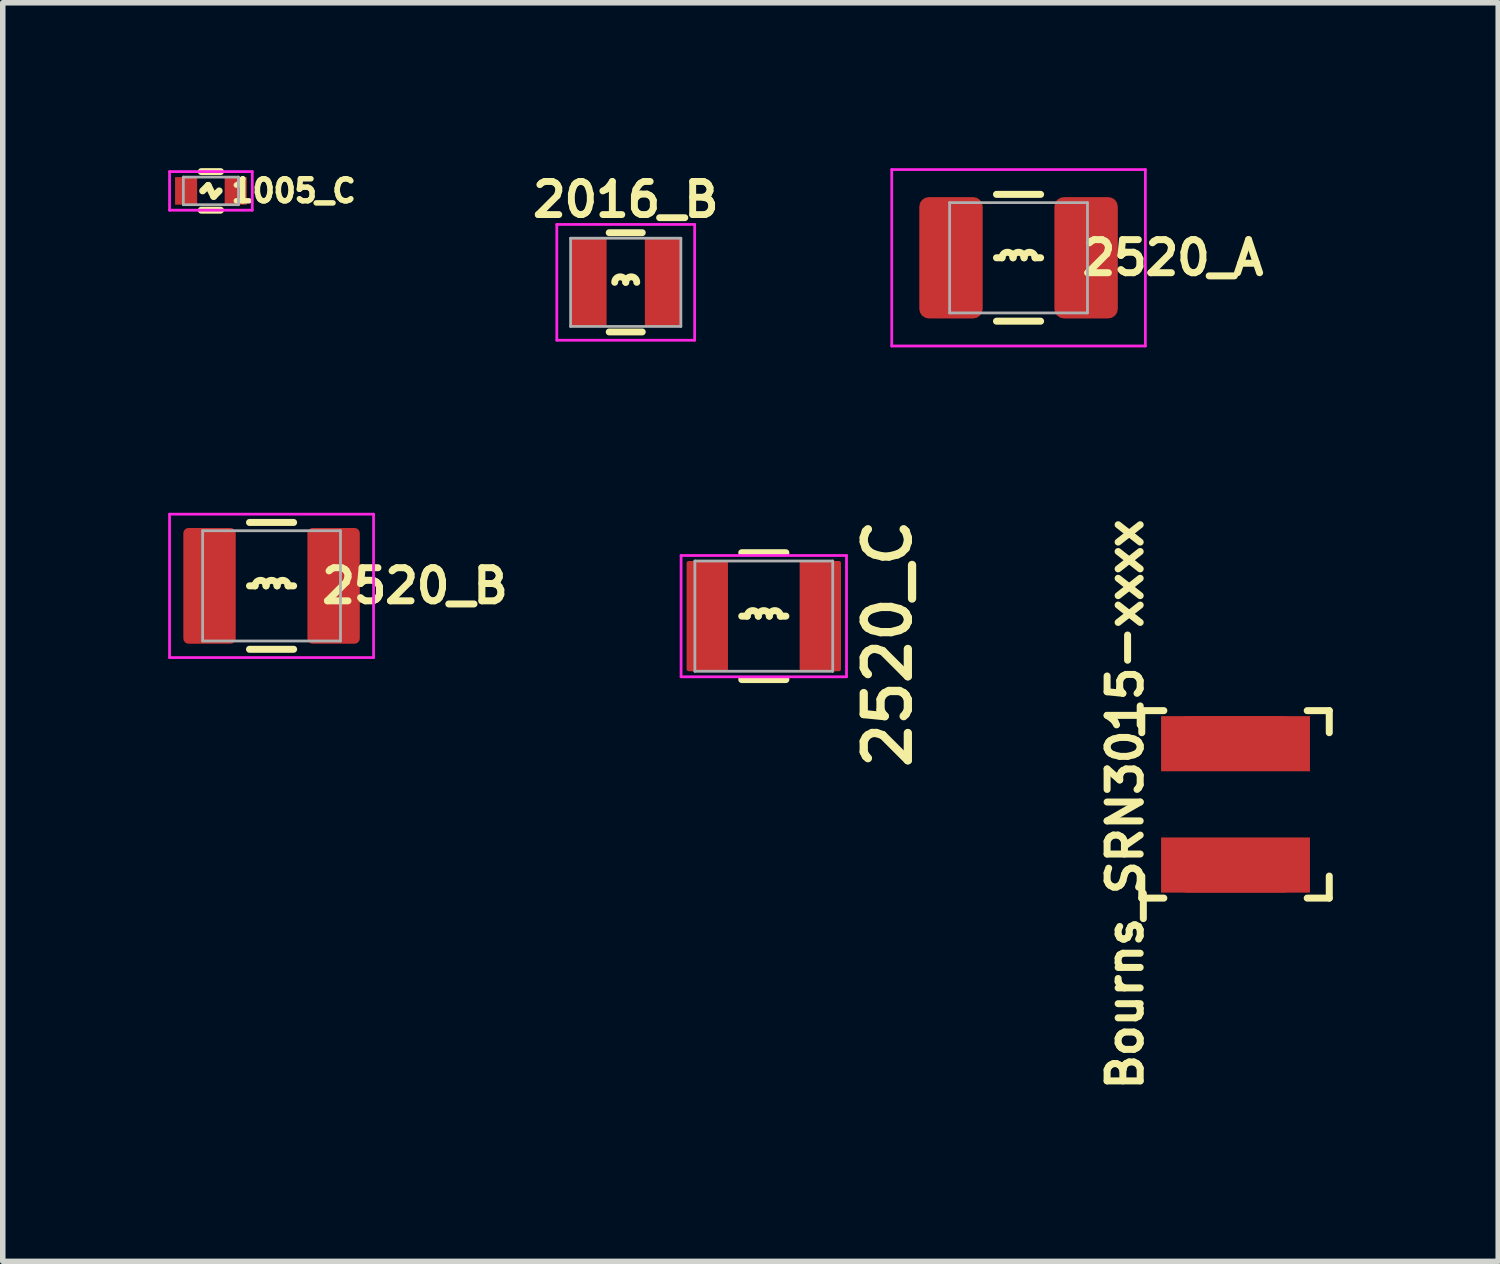
<source format=kicad_pcb>
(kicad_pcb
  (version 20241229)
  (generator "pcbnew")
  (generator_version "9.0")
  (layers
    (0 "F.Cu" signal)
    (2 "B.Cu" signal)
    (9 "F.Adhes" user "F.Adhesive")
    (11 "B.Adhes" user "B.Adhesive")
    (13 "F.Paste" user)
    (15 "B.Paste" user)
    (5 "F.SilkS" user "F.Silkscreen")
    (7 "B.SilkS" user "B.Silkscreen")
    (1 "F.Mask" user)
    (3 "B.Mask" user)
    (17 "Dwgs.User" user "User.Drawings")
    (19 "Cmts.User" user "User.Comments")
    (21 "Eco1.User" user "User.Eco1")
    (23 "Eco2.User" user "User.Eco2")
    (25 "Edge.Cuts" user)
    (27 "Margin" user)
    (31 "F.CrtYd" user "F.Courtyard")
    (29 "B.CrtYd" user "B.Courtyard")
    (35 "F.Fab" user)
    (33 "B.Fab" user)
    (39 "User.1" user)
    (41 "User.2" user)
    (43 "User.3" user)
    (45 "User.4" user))
  (footprint "2016_B"
    (layer "F.Cu")
    (at 8.298 2.07)
    (property "Reference" "2016_B" (at 0 -1.5 0) (layer "F.SilkS") (effects (font (size 0.6 0.6) (thickness 0.125))))
    (attr smd)
    (fp_line (start -0.3 -0.9) (end 0.3 -0.9) (stroke (width 0.125) (type solid)) (layer "F.SilkS"))
    (fp_line (start -0.3 0.9) (end 0.3 0.9) (stroke (width 0.125) (type solid)) (layer "F.SilkS"))
    (fp_arc (start -0.2 0) (mid -0.1 -0.1) (end 0 0) (stroke (width 0.125) (type solid)) (layer "F.SilkS"))
    (fp_arc (start 0 0) (mid 0.1 -0.1) (end 0.2 0) (stroke (width 0.125) (type solid)) (layer "F.SilkS"))
    (fp_line (start -1.25 -1.05) (end 1.25 -1.05) (stroke (width 0.05) (type solid)) (layer "F.CrtYd"))
    (fp_line (start -1.25 1.05) (end -1.25 -1.05) (stroke (width 0.05) (type solid)) (layer "F.CrtYd"))
    (fp_line (start 1.25 -1.05) (end 1.25 1.05) (stroke (width 0.05) (type solid)) (layer "F.CrtYd"))
    (fp_line (start 1.25 1.05) (end -1.25 1.05) (stroke (width 0.05) (type solid)) (layer "F.CrtYd"))
    (fp_line (start -1 -0.8) (end 1 -0.8) (stroke (width 0.05) (type solid)) (layer "F.Fab"))
    (fp_line (start -1 0.8) (end -1 -0.8) (stroke (width 0.05) (type solid)) (layer "F.Fab"))
    (fp_line (start 1 -0.8) (end 1 0.8) (stroke (width 0.05) (type solid)) (layer "F.Fab"))
    (fp_line (start 1 0.8) (end -1 0.8) (stroke (width 0.05) (type solid)) (layer "F.Fab"))
    (pad "1" smd rect (at -0.672 0) (size 0.65 1.6) (layers "F.Cu" "F.Mask" "F.Paste"))
    (pad "2" smd rect (at 0.672 0) (size 0.65 1.6) (layers "F.Cu" "F.Mask" "F.Paste")))
  (footprint "2520_C"
    (layer "F.Cu")
    (at 10.802 8.124)
    (property "Reference" "2520_C" (at 2.25 0.5 90) (layer "F.SilkS") (effects (font (size 0.8 0.8) (thickness 0.15))))
    (attr smd)
    (fp_line (start -0.4 -1.15) (end 0.4 -1.15) (stroke (width 0.127) (type solid)) (layer "F.SilkS"))
    (fp_line (start -0.4 1.15) (end 0.4 1.15) (stroke (width 0.127) (type solid)) (layer "F.SilkS"))
    (fp_line (start -0.3 0) (end -0.4 0) (stroke (width 0.127) (type solid)) (layer "F.SilkS"))
    (fp_line (start 0.3 0) (end 0.4 0) (stroke (width 0.127) (type solid)) (layer "F.SilkS"))
    (fp_arc (start -0.3 0) (mid -0.2 -0.1) (end -0.1 0) (stroke (width 0.127) (type solid)) (layer "F.SilkS"))
    (fp_arc (start -0.1 0) (mid 0 -0.1) (end 0.1 0) (stroke (width 0.127) (type solid)) (layer "F.SilkS"))
    (fp_arc (start 0.1 0) (mid 0.2 -0.1) (end 0.3 0) (stroke (width 0.127) (type solid)) (layer "F.SilkS"))
    (fp_line (start -1.5 -1.1) (end 1.5 -1.1) (stroke (width 0.05) (type solid)) (layer "F.CrtYd"))
    (fp_line (start -1.5 1.1) (end -1.5 -1.1) (stroke (width 0.05) (type solid)) (layer "F.CrtYd"))
    (fp_line (start 1.5 -1.1) (end 1.5 1.1) (stroke (width 0.05) (type solid)) (layer "F.CrtYd"))
    (fp_line (start 1.5 1.1) (end -1.5 1.1) (stroke (width 0.05) (type solid)) (layer "F.CrtYd"))
    (fp_line (start -1.25 -1) (end 1.25 -1) (stroke (width 0.05) (type solid)) (layer "F.Fab"))
    (fp_line (start -1.25 1) (end -1.25 -1) (stroke (width 0.05) (type solid)) (layer "F.Fab"))
    (fp_line (start 1.25 -1) (end 1.25 1) (stroke (width 0.05) (type solid)) (layer "F.Fab"))
    (fp_line (start 1.25 1) (end -1.25 1) (stroke (width 0.05) (type solid)) (layer "F.Fab"))
    (pad "" smd oval (at -1.025 0) (size 0.75 1.8) (layers "F.Paste"))
    (pad "" smd oval (at 1.025 0) (size 0.75 1.8) (layers "F.Paste"))
    (pad "1" smd roundrect (at -1.025 0) (size 0.75 2) (layers "F.Cu" "F.Mask") (roundrect_rratio 0.05))
    (pad "2" smd roundrect (at 1.025 0) (size 0.75 2) (layers "F.Cu" "F.Mask") (roundrect_rratio 0.05)))
  (footprint "2520_A"
    (layer "F.Cu")
    (at 15.422 1.625)
    (property "Reference" "2520_A" (at 2.8 0 0) (layer "F.SilkS") (effects (font (size 0.6 0.6) (thickness 0.127))))
    (attr smd)
    (fp_line (start -0.4 -1.15) (end 0.4 -1.15) (stroke (width 0.127) (type solid)) (layer "F.SilkS"))
    (fp_line (start -0.4 1.15) (end 0.4 1.15) (stroke (width 0.127) (type solid)) (layer "F.SilkS"))
    (fp_line (start -0.3 0) (end -0.4 0) (stroke (width 0.127) (type solid)) (layer "F.SilkS"))
    (fp_line (start 0.3 0) (end 0.4 0) (stroke (width 0.127) (type solid)) (layer "F.SilkS"))
    (fp_arc (start -0.3 0) (mid -0.2 -0.1) (end -0.1 0) (stroke (width 0.127) (type solid)) (layer "F.SilkS"))
    (fp_arc (start -0.1 0) (mid 0 -0.1) (end 0.1 0) (stroke (width 0.127) (type solid)) (layer "F.SilkS"))
    (fp_arc (start 0.1 0) (mid 0.2 -0.1) (end 0.3 0) (stroke (width 0.127) (type solid)) (layer "F.SilkS"))
    (fp_line (start -2.3 -1.6) (end 2.3 -1.6) (stroke (width 0.05) (type solid)) (layer "F.CrtYd"))
    (fp_line (start -2.3 1.6) (end -2.3 -1.6) (stroke (width 0.05) (type solid)) (layer "F.CrtYd"))
    (fp_line (start 2.3 -1.6) (end 2.3 1.6) (stroke (width 0.05) (type solid)) (layer "F.CrtYd"))
    (fp_line (start 2.3 1.6) (end -2.3 1.6) (stroke (width 0.05) (type solid)) (layer "F.CrtYd"))
    (fp_line (start -1.25 -1) (end 1.25 -1) (stroke (width 0.05) (type solid)) (layer "F.Fab"))
    (fp_line (start -1.25 1) (end -1.25 -1) (stroke (width 0.05) (type solid)) (layer "F.Fab"))
    (fp_line (start 1.25 -1) (end 1.25 1) (stroke (width 0.05) (type solid)) (layer "F.Fab"))
    (fp_line (start 1.25 1) (end -1.25 1) (stroke (width 0.05) (type solid)) (layer "F.Fab"))
    (pad "1" smd roundrect (at -1.225 0) (size 1.15 2.2) (layers "F.Cu" "F.Mask" "F.Paste") (roundrect_rratio 0.15))
    (pad "2" smd roundrect (at 1.225 0) (size 1.15 2.2) (layers "F.Cu" "F.Mask" "F.Paste") (roundrect_rratio 0.15)))
  (footprint "2520_B"
    (layer "F.Cu")
    (at 1.875 7.575)
    (property "Reference" "2520_B" (at 2.6 0 0) (layer "F.SilkS") (effects (font (size 0.6 0.6) (thickness 0.127))))
    (attr smd)
    (fp_line (start -0.4 -1.15) (end 0.4 -1.15) (stroke (width 0.127) (type solid)) (layer "F.SilkS"))
    (fp_line (start -0.4 1.15) (end 0.4 1.15) (stroke (width 0.127) (type solid)) (layer "F.SilkS"))
    (fp_line (start -0.3 0) (end -0.4 0) (stroke (width 0.127) (type solid)) (layer "F.SilkS"))
    (fp_line (start 0.3 0) (end 0.4 0) (stroke (width 0.127) (type solid)) (layer "F.SilkS"))
    (fp_arc (start -0.3 0) (mid -0.2 -0.1) (end -0.1 0) (stroke (width 0.127) (type solid)) (layer "F.SilkS"))
    (fp_arc (start -0.1 0) (mid 0 -0.1) (end 0.1 0) (stroke (width 0.127) (type solid)) (layer "F.SilkS"))
    (fp_arc (start 0.1 0) (mid 0.2 -0.1) (end 0.3 0) (stroke (width 0.127) (type solid)) (layer "F.SilkS"))
    (fp_line (start -1.85 -1.3) (end 1.85 -1.3) (stroke (width 0.05) (type solid)) (layer "F.CrtYd"))
    (fp_line (start -1.85 1.3) (end -1.85 -1.3) (stroke (width 0.05) (type solid)) (layer "F.CrtYd"))
    (fp_line (start 1.85 -1.3) (end 1.85 1.3) (stroke (width 0.05) (type solid)) (layer "F.CrtYd"))
    (fp_line (start 1.85 1.3) (end -1.85 1.3) (stroke (width 0.05) (type solid)) (layer "F.CrtYd"))
    (fp_line (start -1.25 -1) (end 1.25 -1) (stroke (width 0.05) (type solid)) (layer "F.Fab"))
    (fp_line (start -1.25 1) (end -1.25 -1) (stroke (width 0.05) (type solid)) (layer "F.Fab"))
    (fp_line (start 1.25 -1) (end 1.25 1) (stroke (width 0.05) (type solid)) (layer "F.Fab"))
    (fp_line (start 1.25 1) (end -1.25 1) (stroke (width 0.05) (type solid)) (layer "F.Fab"))
    (pad "1" smd roundrect (at -1.125 0) (size 0.95 2.1) (layers "F.Cu" "F.Mask" "F.Paste") (roundrect_rratio 0.1))
    (pad "2" smd roundrect (at 1.125 0) (size 0.95 2.1) (layers "F.Cu" "F.Mask" "F.Paste") (roundrect_rratio 0.1)))
  (footprint "1005_C"
    (layer "F.Cu")
    (at 0.775 0.412)
    (property "Reference" "1005_C" (at 1.5 0 0) (layer "F.SilkS") (effects (font (size 0.4 0.4) (thickness 0.1))))
    (attr smd)
    (fp_line (start -0.175 -0.35) (end 0.175 -0.35) (stroke (width 0.125) (type solid)) (layer "F.SilkS"))
    (fp_line (start -0.175 0.35) (end 0.175 0.35) (stroke (width 0.125) (type solid)) (layer "F.SilkS"))
    (fp_line (start -0.15 0) (end -0.05 -0.1) (stroke (width 0.125) (type solid)) (layer "F.SilkS"))
    (fp_line (start -0.05 -0.1) (end 0.05 0.1) (stroke (width 0.125) (type solid)) (layer "F.SilkS"))
    (fp_line (start 0.05 0.1) (end 0.15 0) (stroke (width 0.125) (type solid)) (layer "F.SilkS"))
    (fp_line (start -0.75 -0.35) (end 0.75 -0.35) (stroke (width 0.05) (type solid)) (layer "F.CrtYd"))
    (fp_line (start -0.75 0.35) (end -0.75 -0.35) (stroke (width 0.05) (type solid)) (layer "F.CrtYd"))
    (fp_line (start 0.75 -0.35) (end 0.75 0.35) (stroke (width 0.05) (type solid)) (layer "F.CrtYd"))
    (fp_line (start 0.75 0.35) (end -0.75 0.35) (stroke (width 0.05) (type solid)) (layer "F.CrtYd"))
    (fp_line (start -0.5 -0.25) (end 0.5 -0.25) (stroke (width 0.05) (type solid)) (layer "F.Fab"))
    (fp_line (start -0.5 0.25) (end -0.5 -0.25) (stroke (width 0.05) (type solid)) (layer "F.Fab"))
    (fp_line (start 0.5 -0.25) (end 0.5 0.25) (stroke (width 0.05) (type solid)) (layer "F.Fab"))
    (fp_line (start 0.5 0.25) (end -0.5 0.25) (stroke (width 0.05) (type solid)) (layer "F.Fab"))
    (pad "1" smd rect (at -0.45 0) (size 0.4 0.5) (layers "F.Cu" "F.Mask" "F.Paste"))
    (pad "2" smd rect (at 0.45 0) (size 0.4 0.5) (layers "F.Cu" "F.Mask" "F.Paste")))
  (footprint "Bourns_SRN3015-xxxx"
    (layer "F.Cu")
    (at 19.357 11.538)
    (property "Reference" "Bourns_SRN3015-xxxx" (at -2 0 90) (layer "F.SilkS") (effects (font (size 0.6 0.6) (thickness 0.127))))
    (attr smd)
    (fp_line (start -1.7 -1.7) (end -1.3 -1.7) (stroke (width 0.127) (type solid)) (layer "F.SilkS"))
    (fp_line (start -1.7 -1.3) (end -1.7 -1.7) (stroke (width 0.127) (type solid)) (layer "F.SilkS"))
    (fp_line (start -1.7 1.7) (end -1.7 1.3) (stroke (width 0.127) (type solid)) (layer "F.SilkS"))
    (fp_line (start -1.7 1.7) (end -1.3 1.7) (stroke (width 0.127) (type solid)) (layer "F.SilkS"))
    (fp_line (start 1.3 -1.7) (end 1.7 -1.7) (stroke (width 0.127) (type solid)) (layer "F.SilkS"))
    (fp_line (start 1.7 -1.7) (end 1.7 -1.3) (stroke (width 0.127) (type solid)) (layer "F.SilkS"))
    (fp_line (start 1.7 1.7) (end 1.3 1.7) (stroke (width 0.127) (type solid)) (layer "F.SilkS"))
    (fp_line (start 1.7 1.7) (end 1.7 1.3) (stroke (width 0.127) (type solid)) (layer "F.SilkS"))
    (pad "1" smd rect (at 0 1.1) (size 2.7 1) (layers "F.Cu" "F.Mask"))
    (pad "1" smd oval (at 0 1.2) (size 2.5 0.8) (layers "F.Cu" "F.Paste"))
    (pad "2" smd oval (at 0 -1.2) (size 2.5 0.8) (layers "F.Cu" "F.Paste"))
    (pad "2" smd rect (at 0 -1.1) (size 2.7 1) (layers "F.Cu" "F.Mask")))
  (gr_rect
    (start -3 -3)
    (end 24.121 19.825)
    (stroke (width 0.1) (type default))
    (fill no)
    (layer "Edge.Cuts")))
</source>
